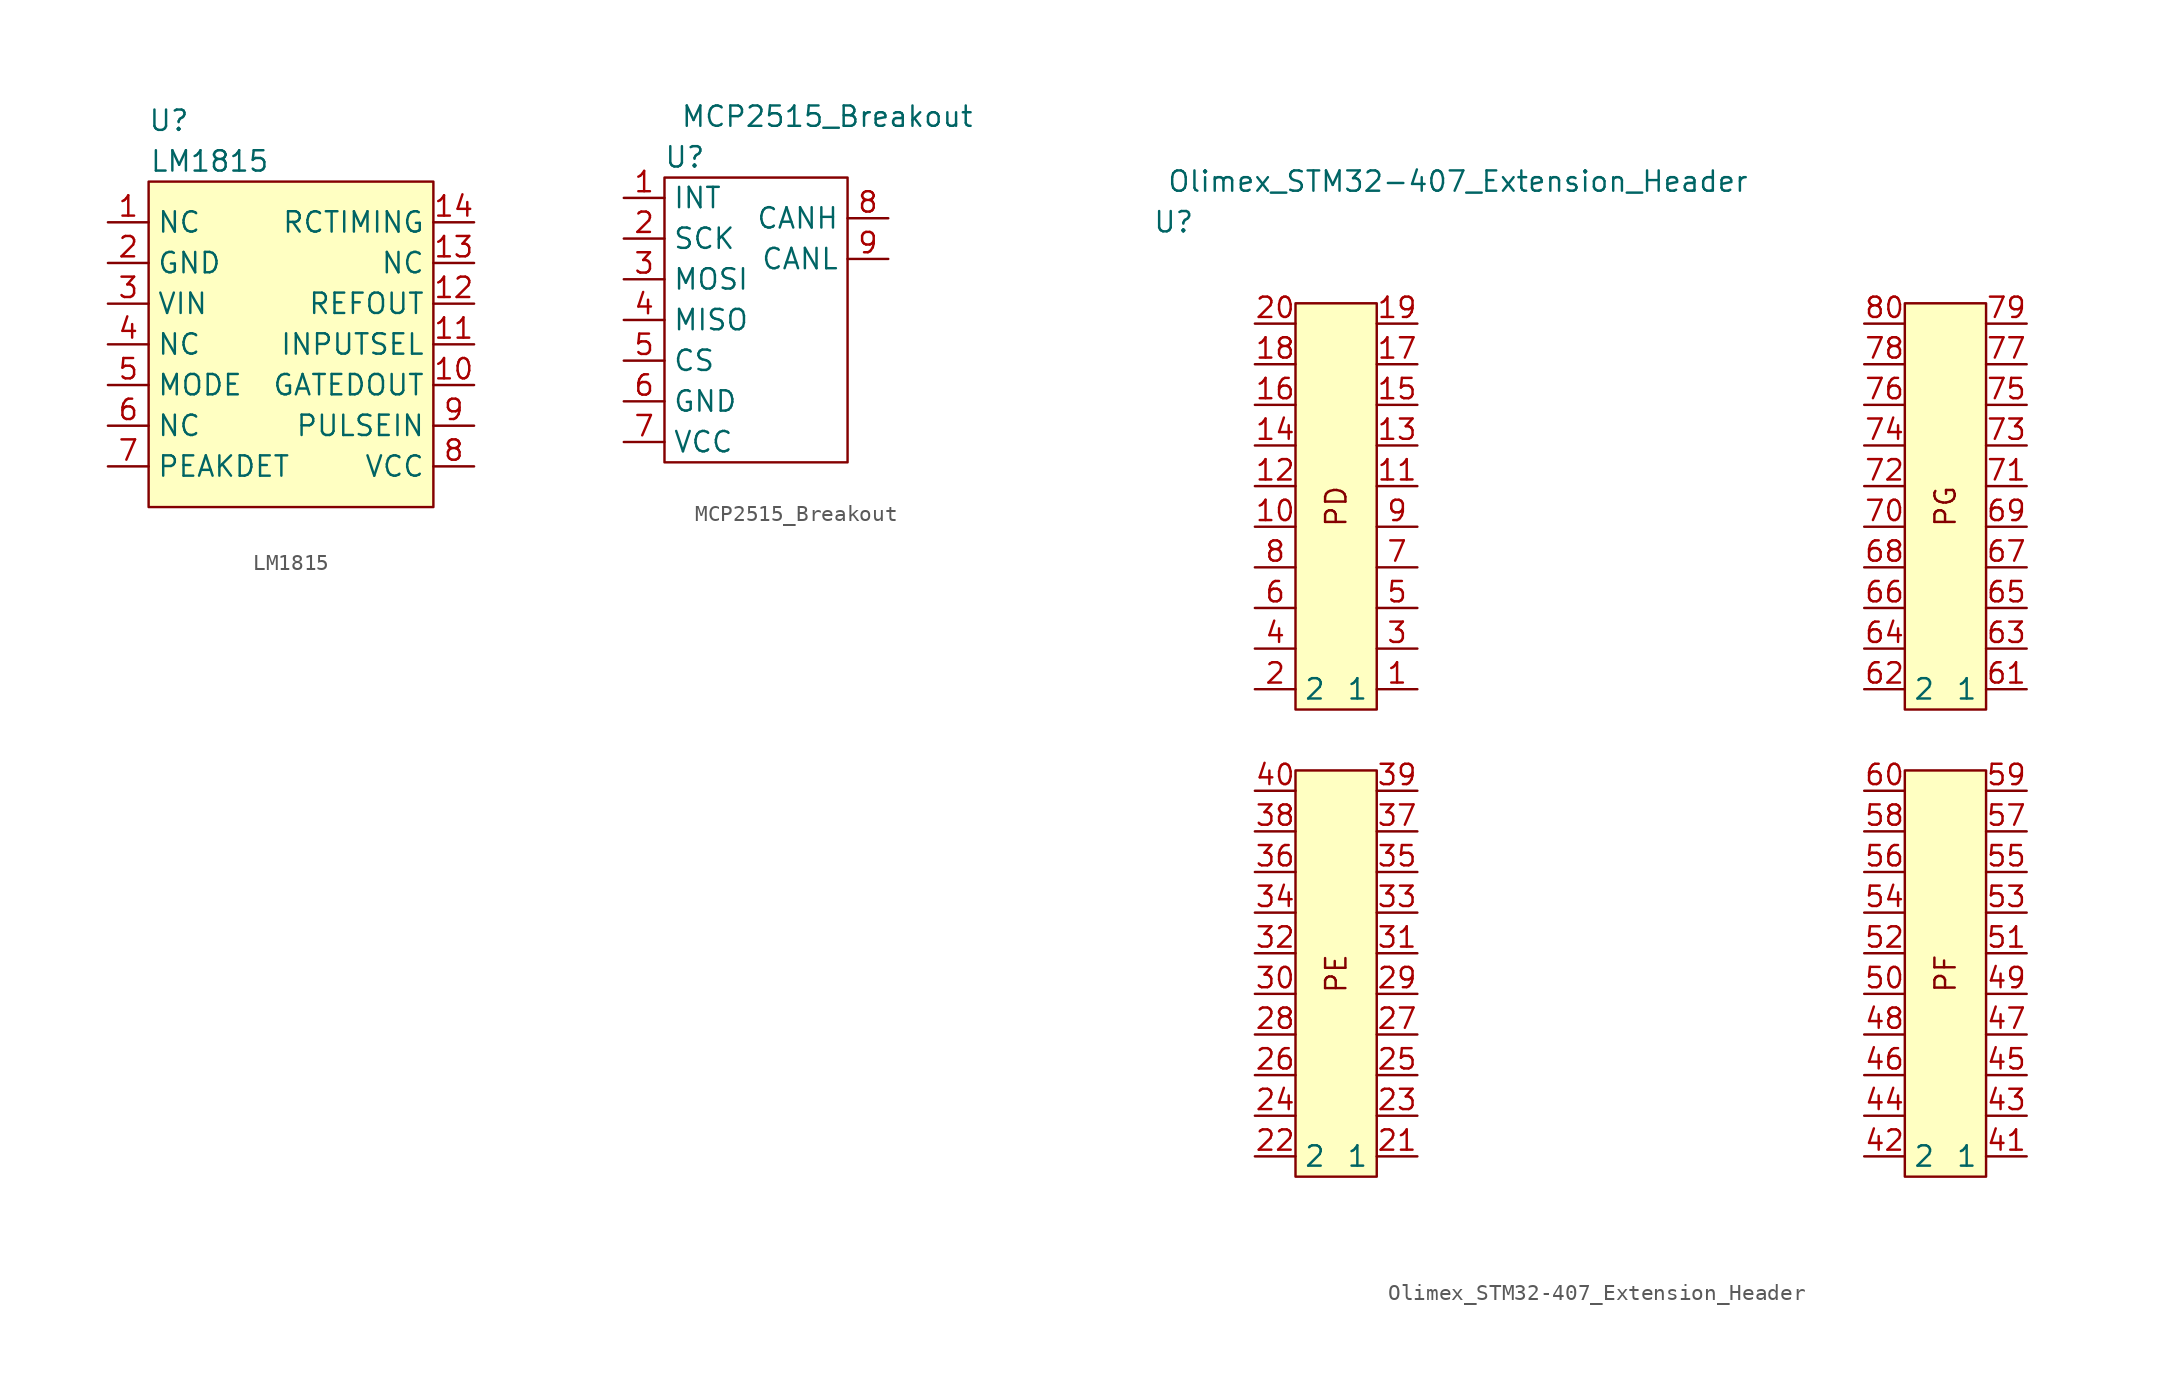
<source format=kicad_sym>
(kicad_symbol_lib
  (version 20211014)
  (generator kicad_symbol_editor)
  (symbol "LM1815"
    (property "Reference" "U"
      (at 1.27 3.81 0)
      (effects (font (size 1.27 1.27))))
    (property "Value" "LM1815"
      (at 3.81 1.27 0)
      (effects (font (size 1.27 1.27))))
    (symbol "LM1815_0_1"
      (rectangle (start 0 0) (end 17.78 -20.32) (stroke (width 0) (type default) (color 0 0 0 0)) (fill (type background))))
    (symbol "LM1815_1_1"
      (pin bidirectional line (at -2.54 -2.54 0) (length 2.54) (name "NC" (effects (font (size 1.27 1.27)))) (number "1" (effects (font (size 1.27 1.27)))))
      (pin bidirectional line (at 20.32 -12.7 180) (length 2.54) (name "GATEDOUT" (effects (font (size 1.27 1.27)))) (number "10" (effects (font (size 1.27 1.27)))))
      (pin bidirectional line (at 20.32 -10.16 180) (length 2.54) (name "INPUTSEL" (effects (font (size 1.27 1.27)))) (number "11" (effects (font (size 1.27 1.27)))))
      (pin bidirectional line (at 20.32 -7.62 180) (length 2.54) (name "REFOUT" (effects (font (size 1.27 1.27)))) (number "12" (effects (font (size 1.27 1.27)))))
      (pin bidirectional line (at 20.32 -5.08 180) (length 2.54) (name "NC" (effects (font (size 1.27 1.27)))) (number "13" (effects (font (size 1.27 1.27)))))
      (pin bidirectional line (at 20.32 -2.54 180) (length 2.54) (name "RCTIMING" (effects (font (size 1.27 1.27)))) (number "14" (effects (font (size 1.27 1.27)))))
      (pin bidirectional line (at -2.54 -5.08 0) (length 2.54) (name "GND" (effects (font (size 1.27 1.27)))) (number "2" (effects (font (size 1.27 1.27)))))
      (pin bidirectional line (at -2.54 -7.62 0) (length 2.54) (name "VIN" (effects (font (size 1.27 1.27)))) (number "3" (effects (font (size 1.27 1.27)))))
      (pin bidirectional line (at -2.54 -10.16 0) (length 2.54) (name "NC" (effects (font (size 1.27 1.27)))) (number "4" (effects (font (size 1.27 1.27)))))
      (pin bidirectional line (at -2.54 -12.7 0) (length 2.54) (name "MODE" (effects (font (size 1.27 1.27)))) (number "5" (effects (font (size 1.27 1.27)))))
      (pin bidirectional line (at -2.54 -15.24 0) (length 2.54) (name "NC" (effects (font (size 1.27 1.27)))) (number "6" (effects (font (size 1.27 1.27)))))
      (pin bidirectional line (at -2.54 -17.78 0) (length 2.54) (name "PEAKDET" (effects (font (size 1.27 1.27)))) (number "7" (effects (font (size 1.27 1.27)))))
      (pin bidirectional line (at 20.32 -17.78 180) (length 2.54) (name "VCC" (effects (font (size 1.27 1.27)))) (number "8" (effects (font (size 1.27 1.27)))))
      (pin bidirectional line (at 20.32 -15.24 180) (length 2.54) (name "PULSEIN" (effects (font (size 1.27 1.27)))) (number "9" (effects (font (size 1.27 1.27)))))))
  (symbol "MCP2515_Breakout"
    (property "Reference" "U"
      (at 1.27 1.27 0)
      (effects (font (size 1.27 1.27))))
    (property "Value" "MCP2515_Breakout"
      (at 10.16 3.81 0)
      (effects (font (size 1.27 1.27))))
    (symbol "MCP2515_Breakout_0_1"
      (rectangle (start 0 0) (end 11.43 -17.78) (stroke (width 0) (type default) (color 0 0 0 0)) (fill (type none))))
    (symbol "MCP2515_Breakout_1_1"
      (pin output line (at -2.54 -1.27 0) (length 2.54) (name "INT" (effects (font (size 1.27 1.27)))) (number "1" (effects (font (size 1.27 1.27)))))
      (pin input line (at -2.54 -3.81 0) (length 2.54) (name "SCK" (effects (font (size 1.27 1.27)))) (number "2" (effects (font (size 1.27 1.27)))))
      (pin input line (at -2.54 -6.35 0) (length 2.54) (name "MOSI" (effects (font (size 1.27 1.27)))) (number "3" (effects (font (size 1.27 1.27)))))
      (pin output line (at -2.54 -8.89 0) (length 2.54) (name "MISO" (effects (font (size 1.27 1.27)))) (number "4" (effects (font (size 1.27 1.27)))))
      (pin input line (at -2.54 -11.43 0) (length 2.54) (name "CS" (effects (font (size 1.27 1.27)))) (number "5" (effects (font (size 1.27 1.27)))))
      (pin power_in line (at -2.54 -13.97 0) (length 2.54) (name "GND" (effects (font (size 1.27 1.27)))) (number "6" (effects (font (size 1.27 1.27)))))
      (pin power_out line (at -2.54 -16.51 0) (length 2.54) (name "VCC" (effects (font (size 1.27 1.27)))) (number "7" (effects (font (size 1.27 1.27)))))
      (pin bidirectional line (at 13.97 -2.54 180) (length 2.54) (name "CANH" (effects (font (size 1.27 1.27)))) (number "8" (effects (font (size 1.27 1.27)))))
      (pin bidirectional line (at 13.97 -5.08 180) (length 2.54) (name "CANL" (effects (font (size 1.27 1.27)))) (number "9" (effects (font (size 1.27 1.27)))))))
  (symbol "Olimex_STM32-407_Extension_Header"
    (property "Reference" "U"
      (at 1.27 1.27 0)
      (effects (font (size 1.27 1.27))))
    (property "Value" "Olimex_STM32-407_Extension_Header"
      (at 19.05 3.81 0)
      (effects (font (size 1.27 1.27))))
    (symbol "Olimex_STM32-407_Extension_Header_0_0"
      (text "PD" (at 11.43 -16.51 900) (effects (font (size 1.27 1.27))))
      (text "PE" (at 11.43 -45.72 900) (effects (font (size 1.27 1.27))))
      (text "PF" (at 49.53 -45.72 900) (effects (font (size 1.27 1.27))))
      (text "PG" (at 49.53 -16.51 900) (effects (font (size 1.27 1.27)))))
    (symbol "Olimex_STM32-407_Extension_Header_0_1"
      (rectangle (start 8.89 -33.02) (end 13.97 -58.42) (stroke (width 0) (type default) (color 0 0 0 0)) (fill (type background)))
      (rectangle (start 8.89 -3.81) (end 13.97 -29.21) (stroke (width 0) (type default) (color 0 0 0 0)) (fill (type background)))
      (rectangle (start 46.99 -33.02) (end 52.07 -58.42) (stroke (width 0) (type default) (color 0 0 0 0)) (fill (type background)))
      (rectangle (start 46.99 -3.81) (end 52.07 -29.21) (stroke (width 0) (type default) (color 0 0 0 0)) (fill (type background))))
    (symbol "Olimex_STM32-407_Extension_Header_1_1"
      (pin input line (at 16.51 -27.94 180) (length 2.54) (name "1" (effects (font (size 1.27 1.27)))) (number "1" (effects (font (size 1.27 1.27)))))
      (pin input line (at 6.35 -17.78 0) (length 2.54) (name "" (effects (font (size 1.27 1.27)))) (number "10" (effects (font (size 1.27 1.27)))))
      (pin input line (at 16.51 -15.24 180) (length 2.54) (name "" (effects (font (size 1.27 1.27)))) (number "11" (effects (font (size 1.27 1.27)))))
      (pin input line (at 6.35 -15.24 0) (length 2.54) (name "" (effects (font (size 1.27 1.27)))) (number "12" (effects (font (size 1.27 1.27)))))
      (pin input line (at 16.51 -12.7 180) (length 2.54) (name "" (effects (font (size 1.27 1.27)))) (number "13" (effects (font (size 1.27 1.27)))))
      (pin input line (at 6.35 -12.7 0) (length 2.54) (name "" (effects (font (size 1.27 1.27)))) (number "14" (effects (font (size 1.27 1.27)))))
      (pin input line (at 16.51 -10.16 180) (length 2.54) (name "" (effects (font (size 1.27 1.27)))) (number "15" (effects (font (size 1.27 1.27)))))
      (pin input line (at 6.35 -10.16 0) (length 2.54) (name "" (effects (font (size 1.27 1.27)))) (number "16" (effects (font (size 1.27 1.27)))))
      (pin input line (at 16.51 -7.62 180) (length 2.54) (name "" (effects (font (size 1.27 1.27)))) (number "17" (effects (font (size 1.27 1.27)))))
      (pin input line (at 6.35 -7.62 0) (length 2.54) (name "" (effects (font (size 1.27 1.27)))) (number "18" (effects (font (size 1.27 1.27)))))
      (pin input line (at 16.51 -5.08 180) (length 2.54) (name "" (effects (font (size 1.27 1.27)))) (number "19" (effects (font (size 1.27 1.27)))))
      (pin input line (at 6.35 -27.94 0) (length 2.54) (name "2" (effects (font (size 1.27 1.27)))) (number "2" (effects (font (size 1.27 1.27)))))
      (pin input line (at 6.35 -5.08 0) (length 2.54) (name "" (effects (font (size 1.27 1.27)))) (number "20" (effects (font (size 1.27 1.27)))))
      (pin input line (at 16.51 -57.15 180) (length 2.54) (name "1" (effects (font (size 1.27 1.27)))) (number "21" (effects (font (size 1.27 1.27)))))
      (pin input line (at 6.35 -57.15 0) (length 2.54) (name "2" (effects (font (size 1.27 1.27)))) (number "22" (effects (font (size 1.27 1.27)))))
      (pin input line (at 16.51 -54.61 180) (length 2.54) (name "" (effects (font (size 1.27 1.27)))) (number "23" (effects (font (size 1.27 1.27)))))
      (pin input line (at 6.35 -54.61 0) (length 2.54) (name "" (effects (font (size 1.27 1.27)))) (number "24" (effects (font (size 1.27 1.27)))))
      (pin input line (at 16.51 -52.07 180) (length 2.54) (name "" (effects (font (size 1.27 1.27)))) (number "25" (effects (font (size 1.27 1.27)))))
      (pin input line (at 6.35 -52.07 0) (length 2.54) (name "" (effects (font (size 1.27 1.27)))) (number "26" (effects (font (size 1.27 1.27)))))
      (pin input line (at 16.51 -49.53 180) (length 2.54) (name "" (effects (font (size 1.27 1.27)))) (number "27" (effects (font (size 1.27 1.27)))))
      (pin input line (at 6.35 -49.53 0) (length 2.54) (name "" (effects (font (size 1.27 1.27)))) (number "28" (effects (font (size 1.27 1.27)))))
      (pin input line (at 16.51 -46.99 180) (length 2.54) (name "" (effects (font (size 1.27 1.27)))) (number "29" (effects (font (size 1.27 1.27)))))
      (pin input line (at 16.51 -25.4 180) (length 2.54) (name "" (effects (font (size 1.27 1.27)))) (number "3" (effects (font (size 1.27 1.27)))))
      (pin input line (at 6.35 -46.99 0) (length 2.54) (name "" (effects (font (size 1.27 1.27)))) (number "30" (effects (font (size 1.27 1.27)))))
      (pin input line (at 16.51 -44.45 180) (length 2.54) (name "" (effects (font (size 1.27 1.27)))) (number "31" (effects (font (size 1.27 1.27)))))
      (pin input line (at 6.35 -44.45 0) (length 2.54) (name "" (effects (font (size 1.27 1.27)))) (number "32" (effects (font (size 1.27 1.27)))))
      (pin input line (at 16.51 -41.91 180) (length 2.54) (name "" (effects (font (size 1.27 1.27)))) (number "33" (effects (font (size 1.27 1.27)))))
      (pin input line (at 6.35 -41.91 0) (length 2.54) (name "" (effects (font (size 1.27 1.27)))) (number "34" (effects (font (size 1.27 1.27)))))
      (pin input line (at 16.51 -39.37 180) (length 2.54) (name "" (effects (font (size 1.27 1.27)))) (number "35" (effects (font (size 1.27 1.27)))))
      (pin input line (at 6.35 -39.37 0) (length 2.54) (name "" (effects (font (size 1.27 1.27)))) (number "36" (effects (font (size 1.27 1.27)))))
      (pin input line (at 16.51 -36.83 180) (length 2.54) (name "" (effects (font (size 1.27 1.27)))) (number "37" (effects (font (size 1.27 1.27)))))
      (pin input line (at 6.35 -36.83 0) (length 2.54) (name "" (effects (font (size 1.27 1.27)))) (number "38" (effects (font (size 1.27 1.27)))))
      (pin input line (at 16.51 -34.29 180) (length 2.54) (name "" (effects (font (size 1.27 1.27)))) (number "39" (effects (font (size 1.27 1.27)))))
      (pin input line (at 6.35 -25.4 0) (length 2.54) (name "" (effects (font (size 1.27 1.27)))) (number "4" (effects (font (size 1.27 1.27)))))
      (pin input line (at 6.35 -34.29 0) (length 2.54) (name "" (effects (font (size 1.27 1.27)))) (number "40" (effects (font (size 1.27 1.27)))))
      (pin input line (at 54.61 -57.15 180) (length 2.54) (name "1" (effects (font (size 1.27 1.27)))) (number "41" (effects (font (size 1.27 1.27)))))
      (pin input line (at 44.45 -57.15 0) (length 2.54) (name "2" (effects (font (size 1.27 1.27)))) (number "42" (effects (font (size 1.27 1.27)))))
      (pin input line (at 54.61 -54.61 180) (length 2.54) (name "" (effects (font (size 1.27 1.27)))) (number "43" (effects (font (size 1.27 1.27)))))
      (pin input line (at 44.45 -54.61 0) (length 2.54) (name "" (effects (font (size 1.27 1.27)))) (number "44" (effects (font (size 1.27 1.27)))))
      (pin input line (at 54.61 -52.07 180) (length 2.54) (name "" (effects (font (size 1.27 1.27)))) (number "45" (effects (font (size 1.27 1.27)))))
      (pin input line (at 44.45 -52.07 0) (length 2.54) (name "" (effects (font (size 1.27 1.27)))) (number "46" (effects (font (size 1.27 1.27)))))
      (pin input line (at 54.61 -49.53 180) (length 2.54) (name "" (effects (font (size 1.27 1.27)))) (number "47" (effects (font (size 1.27 1.27)))))
      (pin input line (at 44.45 -49.53 0) (length 2.54) (name "" (effects (font (size 1.27 1.27)))) (number "48" (effects (font (size 1.27 1.27)))))
      (pin input line (at 54.61 -46.99 180) (length 2.54) (name "" (effects (font (size 1.27 1.27)))) (number "49" (effects (font (size 1.27 1.27)))))
      (pin input line (at 16.51 -22.86 180) (length 2.54) (name "" (effects (font (size 1.27 1.27)))) (number "5" (effects (font (size 1.27 1.27)))))
      (pin input line (at 44.45 -46.99 0) (length 2.54) (name "" (effects (font (size 1.27 1.27)))) (number "50" (effects (font (size 1.27 1.27)))))
      (pin input line (at 54.61 -44.45 180) (length 2.54) (name "" (effects (font (size 1.27 1.27)))) (number "51" (effects (font (size 1.27 1.27)))))
      (pin input line (at 44.45 -44.45 0) (length 2.54) (name "" (effects (font (size 1.27 1.27)))) (number "52" (effects (font (size 1.27 1.27)))))
      (pin input line (at 54.61 -41.91 180) (length 2.54) (name "" (effects (font (size 1.27 1.27)))) (number "53" (effects (font (size 1.27 1.27)))))
      (pin input line (at 44.45 -41.91 0) (length 2.54) (name "" (effects (font (size 1.27 1.27)))) (number "54" (effects (font (size 1.27 1.27)))))
      (pin input line (at 54.61 -39.37 180) (length 2.54) (name "" (effects (font (size 1.27 1.27)))) (number "55" (effects (font (size 1.27 1.27)))))
      (pin input line (at 44.45 -39.37 0) (length 2.54) (name "" (effects (font (size 1.27 1.27)))) (number "56" (effects (font (size 1.27 1.27)))))
      (pin input line (at 54.61 -36.83 180) (length 2.54) (name "" (effects (font (size 1.27 1.27)))) (number "57" (effects (font (size 1.27 1.27)))))
      (pin input line (at 44.45 -36.83 0) (length 2.54) (name "" (effects (font (size 1.27 1.27)))) (number "58" (effects (font (size 1.27 1.27)))))
      (pin input line (at 54.61 -34.29 180) (length 2.54) (name "" (effects (font (size 1.27 1.27)))) (number "59" (effects (font (size 1.27 1.27)))))
      (pin input line (at 6.35 -22.86 0) (length 2.54) (name "" (effects (font (size 1.27 1.27)))) (number "6" (effects (font (size 1.27 1.27)))))
      (pin input line (at 44.45 -34.29 0) (length 2.54) (name "" (effects (font (size 1.27 1.27)))) (number "60" (effects (font (size 1.27 1.27)))))
      (pin input line (at 54.61 -27.94 180) (length 2.54) (name "1" (effects (font (size 1.27 1.27)))) (number "61" (effects (font (size 1.27 1.27)))))
      (pin input line (at 44.45 -27.94 0) (length 2.54) (name "2" (effects (font (size 1.27 1.27)))) (number "62" (effects (font (size 1.27 1.27)))))
      (pin input line (at 54.61 -25.4 180) (length 2.54) (name "" (effects (font (size 1.27 1.27)))) (number "63" (effects (font (size 1.27 1.27)))))
      (pin input line (at 44.45 -25.4 0) (length 2.54) (name "" (effects (font (size 1.27 1.27)))) (number "64" (effects (font (size 1.27 1.27)))))
      (pin input line (at 54.61 -22.86 180) (length 2.54) (name "" (effects (font (size 1.27 1.27)))) (number "65" (effects (font (size 1.27 1.27)))))
      (pin input line (at 44.45 -22.86 0) (length 2.54) (name "" (effects (font (size 1.27 1.27)))) (number "66" (effects (font (size 1.27 1.27)))))
      (pin input line (at 54.61 -20.32 180) (length 2.54) (name "" (effects (font (size 1.27 1.27)))) (number "67" (effects (font (size 1.27 1.27)))))
      (pin input line (at 44.45 -20.32 0) (length 2.54) (name "" (effects (font (size 1.27 1.27)))) (number "68" (effects (font (size 1.27 1.27)))))
      (pin input line (at 54.61 -17.78 180) (length 2.54) (name "" (effects (font (size 1.27 1.27)))) (number "69" (effects (font (size 1.27 1.27)))))
      (pin input line (at 16.51 -20.32 180) (length 2.54) (name "" (effects (font (size 1.27 1.27)))) (number "7" (effects (font (size 1.27 1.27)))))
      (pin input line (at 44.45 -17.78 0) (length 2.54) (name "" (effects (font (size 1.27 1.27)))) (number "70" (effects (font (size 1.27 1.27)))))
      (pin input line (at 54.61 -15.24 180) (length 2.54) (name "" (effects (font (size 1.27 1.27)))) (number "71" (effects (font (size 1.27 1.27)))))
      (pin input line (at 44.45 -15.24 0) (length 2.54) (name "" (effects (font (size 1.27 1.27)))) (number "72" (effects (font (size 1.27 1.27)))))
      (pin input line (at 54.61 -12.7 180) (length 2.54) (name "" (effects (font (size 1.27 1.27)))) (number "73" (effects (font (size 1.27 1.27)))))
      (pin input line (at 44.45 -12.7 0) (length 2.54) (name "" (effects (font (size 1.27 1.27)))) (number "74" (effects (font (size 1.27 1.27)))))
      (pin input line (at 54.61 -10.16 180) (length 2.54) (name "" (effects (font (size 1.27 1.27)))) (number "75" (effects (font (size 1.27 1.27)))))
      (pin input line (at 44.45 -10.16 0) (length 2.54) (name "" (effects (font (size 1.27 1.27)))) (number "76" (effects (font (size 1.27 1.27)))))
      (pin input line (at 54.61 -7.62 180) (length 2.54) (name "" (effects (font (size 1.27 1.27)))) (number "77" (effects (font (size 1.27 1.27)))))
      (pin input line (at 44.45 -7.62 0) (length 2.54) (name "" (effects (font (size 1.27 1.27)))) (number "78" (effects (font (size 1.27 1.27)))))
      (pin input line (at 54.61 -5.08 180) (length 2.54) (name "" (effects (font (size 1.27 1.27)))) (number "79" (effects (font (size 1.27 1.27)))))
      (pin input line (at 6.35 -20.32 0) (length 2.54) (name "" (effects (font (size 1.27 1.27)))) (number "8" (effects (font (size 1.27 1.27)))))
      (pin input line (at 44.45 -5.08 0) (length 2.54) (name "" (effects (font (size 1.27 1.27)))) (number "80" (effects (font (size 1.27 1.27)))))
      (pin input line (at 16.51 -17.78 180) (length 2.54) (name "" (effects (font (size 1.27 1.27)))) (number "9" (effects (font (size 1.27 1.27))))))))
</source>
